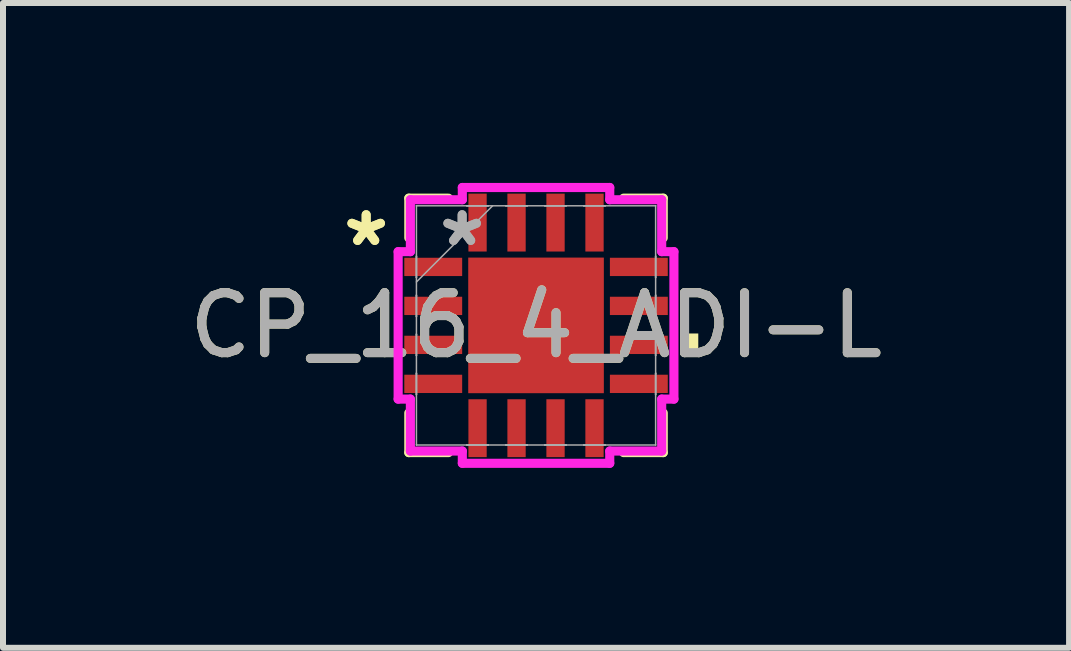
<source format=kicad_pcb>
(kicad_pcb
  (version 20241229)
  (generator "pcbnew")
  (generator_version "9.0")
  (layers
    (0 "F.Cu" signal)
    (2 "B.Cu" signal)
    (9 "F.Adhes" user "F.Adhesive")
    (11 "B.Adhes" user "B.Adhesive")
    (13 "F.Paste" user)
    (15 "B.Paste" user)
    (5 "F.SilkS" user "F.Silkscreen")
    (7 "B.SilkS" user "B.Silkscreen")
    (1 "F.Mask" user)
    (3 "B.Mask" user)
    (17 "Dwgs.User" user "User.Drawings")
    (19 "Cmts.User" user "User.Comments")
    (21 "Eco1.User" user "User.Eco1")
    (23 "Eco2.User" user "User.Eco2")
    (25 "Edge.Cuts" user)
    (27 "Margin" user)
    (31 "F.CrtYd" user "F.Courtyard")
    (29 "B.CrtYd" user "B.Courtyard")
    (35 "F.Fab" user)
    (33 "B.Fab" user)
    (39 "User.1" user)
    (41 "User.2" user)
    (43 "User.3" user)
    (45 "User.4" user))
  (footprint "CP_16_4_ADI-L"
    (layer "F.Cu")
    (at 5.887 2.375)
    (property "Reference" "CP_16_4_ADI-L" (at 0 0 0) (unlocked yes) (layer "F.SilkS") (effects (font (size 1 1) (thickness 0.15))))
    (attr smd)
    (fp_line (start -2.121 -2.121) (end -2.121 -1.46) (stroke (width 0.152) (type solid)) (layer "F.SilkS"))
    (fp_line (start -2.121 1.46) (end -2.121 2.121) (stroke (width 0.152) (type solid)) (layer "F.SilkS"))
    (fp_line (start -2.121 2.121) (end -1.46 2.121) (stroke (width 0.152) (type solid)) (layer "F.SilkS"))
    (fp_line (start -1.46 -2.121) (end -2.121 -2.121) (stroke (width 0.152) (type solid)) (layer "F.SilkS"))
    (fp_line (start 1.46 2.121) (end 2.121 2.121) (stroke (width 0.152) (type solid)) (layer "F.SilkS"))
    (fp_line (start 2.121 -2.121) (end 1.46 -2.121) (stroke (width 0.152) (type solid)) (layer "F.SilkS"))
    (fp_line (start 2.121 -1.46) (end 2.121 -2.121) (stroke (width 0.152) (type solid)) (layer "F.SilkS"))
    (fp_line (start 2.121 2.121) (end 2.121 1.46) (stroke (width 0.152) (type solid)) (layer "F.SilkS"))
    (fp_poly (pts (xy 2.705 0.135) (xy 2.705 0.516) (xy 2.451 0.516) (xy 2.451 0.135)) (stroke (width 0) (type solid)) (fill yes) (layer "F.SilkS"))
    (fp_line (start -2.299 -1.229) (end -2.095 -1.229) (stroke (width 0.152) (type solid)) (layer "F.CrtYd"))
    (fp_line (start -2.299 1.229) (end -2.299 -1.229) (stroke (width 0.152) (type solid)) (layer "F.CrtYd"))
    (fp_line (start -2.095 -2.095) (end -1.229 -2.095) (stroke (width 0.152) (type solid)) (layer "F.CrtYd"))
    (fp_line (start -2.095 -1.229) (end -2.095 -2.095) (stroke (width 0.152) (type solid)) (layer "F.CrtYd"))
    (fp_line (start -2.095 1.229) (end -2.299 1.229) (stroke (width 0.152) (type solid)) (layer "F.CrtYd"))
    (fp_line (start -2.095 2.095) (end -2.095 1.229) (stroke (width 0.152) (type solid)) (layer "F.CrtYd"))
    (fp_line (start -1.229 -2.299) (end 1.229 -2.299) (stroke (width 0.152) (type solid)) (layer "F.CrtYd"))
    (fp_line (start -1.229 -2.095) (end -1.229 -2.299) (stroke (width 0.152) (type solid)) (layer "F.CrtYd"))
    (fp_line (start -1.229 2.095) (end -2.095 2.095) (stroke (width 0.152) (type solid)) (layer "F.CrtYd"))
    (fp_line (start -1.229 2.299) (end -1.229 2.095) (stroke (width 0.152) (type solid)) (layer "F.CrtYd"))
    (fp_line (start 1.229 -2.299) (end 1.229 -2.095) (stroke (width 0.152) (type solid)) (layer "F.CrtYd"))
    (fp_line (start 1.229 -2.095) (end 2.095 -2.095) (stroke (width 0.152) (type solid)) (layer "F.CrtYd"))
    (fp_line (start 1.229 2.095) (end 1.229 2.299) (stroke (width 0.152) (type solid)) (layer "F.CrtYd"))
    (fp_line (start 1.229 2.299) (end -1.229 2.299) (stroke (width 0.152) (type solid)) (layer "F.CrtYd"))
    (fp_line (start 2.095 -2.095) (end 2.095 -1.229) (stroke (width 0.152) (type solid)) (layer "F.CrtYd"))
    (fp_line (start 2.095 -1.229) (end 2.299 -1.229) (stroke (width 0.152) (type solid)) (layer "F.CrtYd"))
    (fp_line (start 2.095 1.229) (end 2.095 2.095) (stroke (width 0.152) (type solid)) (layer "F.CrtYd"))
    (fp_line (start 2.095 2.095) (end 1.229 2.095) (stroke (width 0.152) (type solid)) (layer "F.CrtYd"))
    (fp_line (start 2.299 -1.229) (end 2.299 1.229) (stroke (width 0.152) (type solid)) (layer "F.CrtYd"))
    (fp_line (start 2.299 1.229) (end 2.095 1.229) (stroke (width 0.152) (type solid)) (layer "F.CrtYd"))
    (fp_line (start -1.994 -1.994) (end -1.994 -1.994) (stroke (width 0.025) (type solid)) (layer "F.Fab"))
    (fp_line (start -1.994 -1.994) (end -1.994 1.994) (stroke (width 0.025) (type solid)) (layer "F.Fab"))
    (fp_line (start -1.994 -1.153) (end -1.994 -1.153) (stroke (width 0.025) (type solid)) (layer "F.Fab"))
    (fp_line (start -1.994 -1.153) (end -1.994 -0.797) (stroke (width 0.025) (type solid)) (layer "F.Fab"))
    (fp_line (start -1.994 -0.797) (end -1.994 -1.153) (stroke (width 0.025) (type solid)) (layer "F.Fab"))
    (fp_line (start -1.994 -0.797) (end -1.994 -0.797) (stroke (width 0.025) (type solid)) (layer "F.Fab"))
    (fp_line (start -1.994 -0.724) (end -0.724 -1.994) (stroke (width 0.025) (type solid)) (layer "F.Fab"))
    (fp_line (start -1.994 -0.503) (end -1.994 -0.503) (stroke (width 0.025) (type solid)) (layer "F.Fab"))
    (fp_line (start -1.994 -0.503) (end -1.994 -0.147) (stroke (width 0.025) (type solid)) (layer "F.Fab"))
    (fp_line (start -1.994 -0.147) (end -1.994 -0.503) (stroke (width 0.025) (type solid)) (layer "F.Fab"))
    (fp_line (start -1.994 -0.147) (end -1.994 -0.147) (stroke (width 0.025) (type solid)) (layer "F.Fab"))
    (fp_line (start -1.994 0.147) (end -1.994 0.147) (stroke (width 0.025) (type solid)) (layer "F.Fab"))
    (fp_line (start -1.994 0.147) (end -1.994 0.503) (stroke (width 0.025) (type solid)) (layer "F.Fab"))
    (fp_line (start -1.994 0.503) (end -1.994 0.147) (stroke (width 0.025) (type solid)) (layer "F.Fab"))
    (fp_line (start -1.994 0.503) (end -1.994 0.503) (stroke (width 0.025) (type solid)) (layer "F.Fab"))
    (fp_line (start -1.994 0.797) (end -1.994 0.797) (stroke (width 0.025) (type solid)) (layer "F.Fab"))
    (fp_line (start -1.994 0.797) (end -1.994 1.153) (stroke (width 0.025) (type solid)) (layer "F.Fab"))
    (fp_line (start -1.994 1.153) (end -1.994 0.797) (stroke (width 0.025) (type solid)) (layer "F.Fab"))
    (fp_line (start -1.994 1.153) (end -1.994 1.153) (stroke (width 0.025) (type solid)) (layer "F.Fab"))
    (fp_line (start -1.994 1.994) (end -1.994 1.994) (stroke (width 0.025) (type solid)) (layer "F.Fab"))
    (fp_line (start -1.994 1.994) (end 1.994 1.994) (stroke (width 0.025) (type solid)) (layer "F.Fab"))
    (fp_line (start -1.153 -1.994) (end -1.153 -1.994) (stroke (width 0.025) (type solid)) (layer "F.Fab"))
    (fp_line (start -1.153 -1.994) (end -0.797 -1.994) (stroke (width 0.025) (type solid)) (layer "F.Fab"))
    (fp_line (start -1.153 1.994) (end -1.153 1.994) (stroke (width 0.025) (type solid)) (layer "F.Fab"))
    (fp_line (start -1.153 1.994) (end -0.797 1.994) (stroke (width 0.025) (type solid)) (layer "F.Fab"))
    (fp_line (start -0.797 -1.994) (end -1.153 -1.994) (stroke (width 0.025) (type solid)) (layer "F.Fab"))
    (fp_line (start -0.797 -1.994) (end -0.797 -1.994) (stroke (width 0.025) (type solid)) (layer "F.Fab"))
    (fp_line (start -0.797 1.994) (end -1.153 1.994) (stroke (width 0.025) (type solid)) (layer "F.Fab"))
    (fp_line (start -0.797 1.994) (end -0.797 1.994) (stroke (width 0.025) (type solid)) (layer "F.Fab"))
    (fp_line (start -0.503 -1.994) (end -0.503 -1.994) (stroke (width 0.025) (type solid)) (layer "F.Fab"))
    (fp_line (start -0.503 -1.994) (end -0.147 -1.994) (stroke (width 0.025) (type solid)) (layer "F.Fab"))
    (fp_line (start -0.503 1.994) (end -0.503 1.994) (stroke (width 0.025) (type solid)) (layer "F.Fab"))
    (fp_line (start -0.503 1.994) (end -0.147 1.994) (stroke (width 0.025) (type solid)) (layer "F.Fab"))
    (fp_line (start -0.147 -1.994) (end -0.503 -1.994) (stroke (width 0.025) (type solid)) (layer "F.Fab"))
    (fp_line (start -0.147 -1.994) (end -0.147 -1.994) (stroke (width 0.025) (type solid)) (layer "F.Fab"))
    (fp_line (start -0.147 1.994) (end -0.503 1.994) (stroke (width 0.025) (type solid)) (layer "F.Fab"))
    (fp_line (start -0.147 1.994) (end -0.147 1.994) (stroke (width 0.025) (type solid)) (layer "F.Fab"))
    (fp_line (start 0.147 -1.994) (end 0.147 -1.994) (stroke (width 0.025) (type solid)) (layer "F.Fab"))
    (fp_line (start 0.147 -1.994) (end 0.503 -1.994) (stroke (width 0.025) (type solid)) (layer "F.Fab"))
    (fp_line (start 0.147 1.994) (end 0.147 1.994) (stroke (width 0.025) (type solid)) (layer "F.Fab"))
    (fp_line (start 0.147 1.994) (end 0.503 1.994) (stroke (width 0.025) (type solid)) (layer "F.Fab"))
    (fp_line (start 0.503 -1.994) (end 0.147 -1.994) (stroke (width 0.025) (type solid)) (layer "F.Fab"))
    (fp_line (start 0.503 -1.994) (end 0.503 -1.994) (stroke (width 0.025) (type solid)) (layer "F.Fab"))
    (fp_line (start 0.503 1.994) (end 0.147 1.994) (stroke (width 0.025) (type solid)) (layer "F.Fab"))
    (fp_line (start 0.503 1.994) (end 0.503 1.994) (stroke (width 0.025) (type solid)) (layer "F.Fab"))
    (fp_line (start 0.797 -1.994) (end 0.797 -1.994) (stroke (width 0.025) (type solid)) (layer "F.Fab"))
    (fp_line (start 0.797 -1.994) (end 1.153 -1.994) (stroke (width 0.025) (type solid)) (layer "F.Fab"))
    (fp_line (start 0.797 1.994) (end 0.797 1.994) (stroke (width 0.025) (type solid)) (layer "F.Fab"))
    (fp_line (start 0.797 1.994) (end 1.153 1.994) (stroke (width 0.025) (type solid)) (layer "F.Fab"))
    (fp_line (start 1.153 -1.994) (end 0.797 -1.994) (stroke (width 0.025) (type solid)) (layer "F.Fab"))
    (fp_line (start 1.153 -1.994) (end 1.153 -1.994) (stroke (width 0.025) (type solid)) (layer "F.Fab"))
    (fp_line (start 1.153 1.994) (end 0.797 1.994) (stroke (width 0.025) (type solid)) (layer "F.Fab"))
    (fp_line (start 1.153 1.994) (end 1.153 1.994) (stroke (width 0.025) (type solid)) (layer "F.Fab"))
    (fp_line (start 1.994 -1.994) (end -1.994 -1.994) (stroke (width 0.025) (type solid)) (layer "F.Fab"))
    (fp_line (start 1.994 -1.994) (end 1.994 -1.994) (stroke (width 0.025) (type solid)) (layer "F.Fab"))
    (fp_line (start 1.994 -1.153) (end 1.994 -1.153) (stroke (width 0.025) (type solid)) (layer "F.Fab"))
    (fp_line (start 1.994 -1.153) (end 1.994 -0.797) (stroke (width 0.025) (type solid)) (layer "F.Fab"))
    (fp_line (start 1.994 -0.797) (end 1.994 -1.153) (stroke (width 0.025) (type solid)) (layer "F.Fab"))
    (fp_line (start 1.994 -0.797) (end 1.994 -0.797) (stroke (width 0.025) (type solid)) (layer "F.Fab"))
    (fp_line (start 1.994 -0.503) (end 1.994 -0.503) (stroke (width 0.025) (type solid)) (layer "F.Fab"))
    (fp_line (start 1.994 -0.503) (end 1.994 -0.147) (stroke (width 0.025) (type solid)) (layer "F.Fab"))
    (fp_line (start 1.994 -0.147) (end 1.994 -0.503) (stroke (width 0.025) (type solid)) (layer "F.Fab"))
    (fp_line (start 1.994 -0.147) (end 1.994 -0.147) (stroke (width 0.025) (type solid)) (layer "F.Fab"))
    (fp_line (start 1.994 0.147) (end 1.994 0.147) (stroke (width 0.025) (type solid)) (layer "F.Fab"))
    (fp_line (start 1.994 0.147) (end 1.994 0.503) (stroke (width 0.025) (type solid)) (layer "F.Fab"))
    (fp_line (start 1.994 0.503) (end 1.994 0.147) (stroke (width 0.025) (type solid)) (layer "F.Fab"))
    (fp_line (start 1.994 0.503) (end 1.994 0.503) (stroke (width 0.025) (type solid)) (layer "F.Fab"))
    (fp_line (start 1.994 0.797) (end 1.994 0.797) (stroke (width 0.025) (type solid)) (layer "F.Fab"))
    (fp_line (start 1.994 0.797) (end 1.994 1.153) (stroke (width 0.025) (type solid)) (layer "F.Fab"))
    (fp_line (start 1.994 1.153) (end 1.994 0.797) (stroke (width 0.025) (type solid)) (layer "F.Fab"))
    (fp_line (start 1.994 1.153) (end 1.994 1.153) (stroke (width 0.025) (type solid)) (layer "F.Fab"))
    (fp_line (start 1.994 1.994) (end 1.994 -1.994) (stroke (width 0.025) (type solid)) (layer "F.Fab"))
    (fp_line (start 1.994 1.994) (end 1.994 1.994) (stroke (width 0.025) (type solid)) (layer "F.Fab"))
    (fp_text user "*" (at -2.832 -1.3 0) (unlocked yes) (layer "F.SilkS") (effects (font (size 1 1) (thickness 0.15))))
    (fp_text user "*" (at -2.832 -1.3 0) (layer "F.SilkS") (effects (font (size 1 1) (thickness 0.15))))
    (fp_text user "*" (at -1.232 -1.3 0) (unlocked yes) (layer "F.Fab") (effects (font (size 1 1) (thickness 0.15))))
    (fp_text user "${REFERENCE}" (at 0 0 0) (unlocked yes) (layer "F.Fab") (effects (font (size 1 1) (thickness 0.15))))
    (fp_text user "*" (at -1.232 -1.3 0) (layer "F.Fab") (effects (font (size 1 1) (thickness 0.15))))
    (pad "1" smd rect (at -1.714 -0.975 90) (size 0.305 0.965) (layers "F.Cu" "F.Mask" "F.Paste"))
    (pad "2" smd rect (at -1.714 -0.325 90) (size 0.305 0.965) (layers "F.Cu" "F.Mask" "F.Paste"))
    (pad "3" smd rect (at -1.714 0.325 90) (size 0.305 0.965) (layers "F.Cu" "F.Mask" "F.Paste"))
    (pad "4" smd rect (at -1.714 0.975 90) (size 0.305 0.965) (layers "F.Cu" "F.Mask" "F.Paste"))
    (pad "5" smd rect (at -0.975 1.714) (size 0.305 0.965) (layers "F.Cu" "F.Mask" "F.Paste"))
    (pad "6" smd rect (at -0.325 1.714) (size 0.305 0.965) (layers "F.Cu" "F.Mask" "F.Paste"))
    (pad "7" smd rect (at 0.325 1.714) (size 0.305 0.965) (layers "F.Cu" "F.Mask" "F.Paste"))
    (pad "8" smd rect (at 0.975 1.714) (size 0.305 0.965) (layers "F.Cu" "F.Mask" "F.Paste"))
    (pad "9" smd rect (at 1.714 0.975 90) (size 0.305 0.965) (layers "F.Cu" "F.Mask" "F.Paste"))
    (pad "10" smd rect (at 1.714 0.325 90) (size 0.305 0.965) (layers "F.Cu" "F.Mask" "F.Paste"))
    (pad "11" smd rect (at 1.714 -0.325 90) (size 0.305 0.965) (layers "F.Cu" "F.Mask" "F.Paste"))
    (pad "12" smd rect (at 1.714 -0.975 90) (size 0.305 0.965) (layers "F.Cu" "F.Mask" "F.Paste"))
    (pad "13" smd rect (at 0.975 -1.714) (size 0.305 0.965) (layers "F.Cu" "F.Mask" "F.Paste"))
    (pad "14" smd rect (at 0.325 -1.714) (size 0.305 0.965) (layers "F.Cu" "F.Mask" "F.Paste"))
    (pad "15" smd rect (at -0.325 -1.714) (size 0.305 0.965) (layers "F.Cu" "F.Mask" "F.Paste"))
    (pad "16" smd rect (at -0.975 -1.714) (size 0.305 0.965) (layers "F.Cu" "F.Mask" "F.Paste"))
    (pad "17" smd rect (at 0 0) (size 2.261 2.261) (layers "F.Cu" "F.Mask" "F.Paste")))
  (gr_rect
    (start -3 -3)
    (end 14.774 7.75)
    (stroke (width 0.1) (type default))
    (fill no)
    (layer "Edge.Cuts")))
</source>
